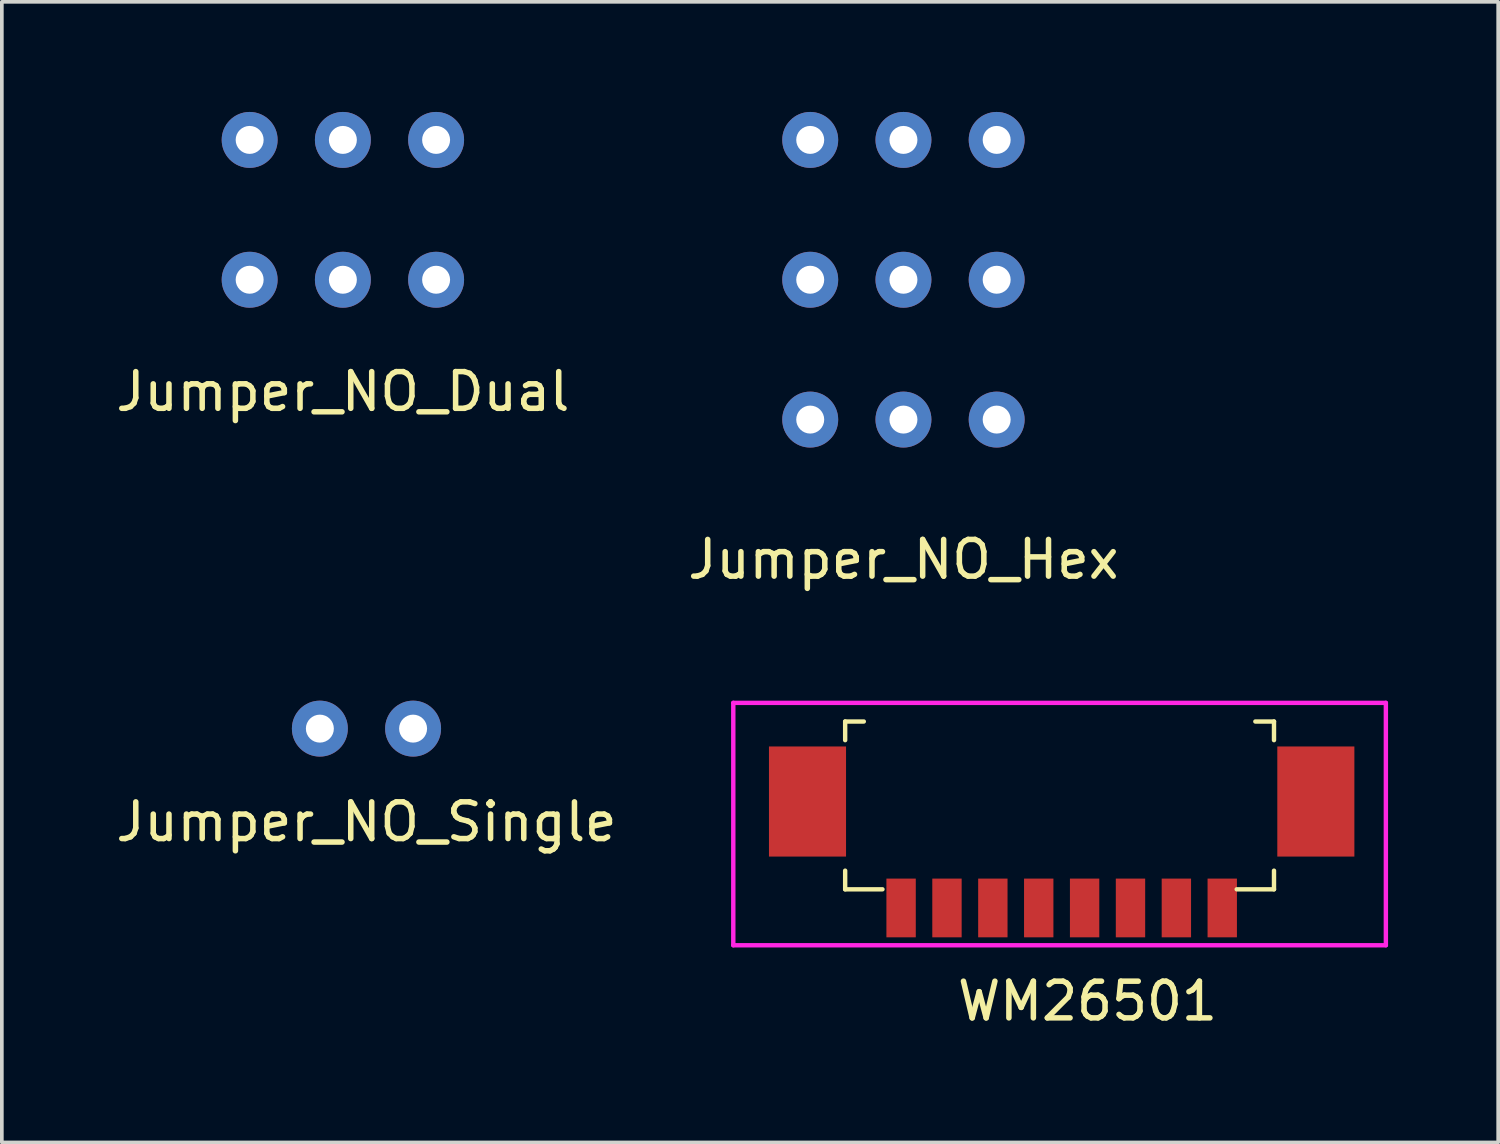
<source format=kicad_pcb>
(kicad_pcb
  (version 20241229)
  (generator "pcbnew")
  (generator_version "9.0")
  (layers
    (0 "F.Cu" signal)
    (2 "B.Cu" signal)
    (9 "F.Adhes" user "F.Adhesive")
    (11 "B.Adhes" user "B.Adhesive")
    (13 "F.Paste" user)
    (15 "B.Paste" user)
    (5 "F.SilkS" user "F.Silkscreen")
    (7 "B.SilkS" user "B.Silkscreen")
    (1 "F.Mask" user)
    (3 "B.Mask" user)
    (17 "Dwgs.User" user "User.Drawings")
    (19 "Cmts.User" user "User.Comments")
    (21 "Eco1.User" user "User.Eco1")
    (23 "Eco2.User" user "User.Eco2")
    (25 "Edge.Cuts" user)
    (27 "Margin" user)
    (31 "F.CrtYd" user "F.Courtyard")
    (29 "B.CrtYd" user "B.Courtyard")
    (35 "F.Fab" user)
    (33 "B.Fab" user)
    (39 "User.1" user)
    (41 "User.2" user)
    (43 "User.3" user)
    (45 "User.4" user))
  (footprint "Jumper_NO_Hex"
    (layer "F.Cu")
    (at 21.565 4.572)
    (property "Reference" "Jumper_NO_Hex" (at 0 7.62 0) (layer "F.SilkS") (effects (font (size 1 1) (thickness 0.15))))
    (attr through_hole)
    (pad "1" thru_hole circle (at -2.54 -3.81) (size 1.524 1.524) (drill 0.762) (layers "*.Cu" "*.Mask"))
    (pad "2" thru_hole circle (at 0 -3.81) (size 1.524 1.524) (drill 0.762) (layers "*.Cu" "*.Mask"))
    (pad "3" thru_hole circle (at 2.54 -3.81) (size 1.524 1.524) (drill 0.762) (layers "*.Cu" "*.Mask"))
    (pad "4" thru_hole circle (at -2.54 0) (size 1.524 1.524) (drill 0.762) (layers "*.Cu" "*.Mask"))
    (pad "5" thru_hole circle (at 0 0) (size 1.524 1.524) (drill 0.762) (layers "*.Cu" "*.Mask"))
    (pad "6" thru_hole circle (at 2.54 0) (size 1.524 1.524) (drill 0.762) (layers "*.Cu" "*.Mask"))
    (pad "7" thru_hole circle (at -2.54 3.81) (size 1.524 1.524) (drill 0.762) (layers "*.Cu" "*.Mask"))
    (pad "8" thru_hole circle (at 0 3.81) (size 1.524 1.524) (drill 0.762) (layers "*.Cu" "*.Mask"))
    (pad "9" thru_hole circle (at 2.54 3.81) (size 1.524 1.524) (drill 0.762) (layers "*.Cu" "*.Mask")))
  (footprint "Jumper_NO_Single"
    (layer "F.Cu")
    (at 6.935 16.802)
    (property "Reference" "Jumper_NO_Single" (at 0 2.54 0) (layer "F.SilkS") (effects (font (size 1 1) (thickness 0.15))))
    (attr through_hole)
    (pad "1" thru_hole circle (at -1.27 0) (size 1.524 1.524) (drill 0.762) (layers "*.Cu" "*.Mask"))
    (pad "2" thru_hole circle (at 1.27 0) (size 1.524 1.524) (drill 0.762) (layers "*.Cu" "*.Mask")))
  (footprint "Jumper_NO_Dual"
    (layer "F.Cu")
    (at 6.292 2.032)
    (property "Reference" "Jumper_NO_Dual" (at 0 5.588 0) (layer "F.SilkS") (effects (font (size 1 1) (thickness 0.15))))
    (attr through_hole)
    (pad "1" thru_hole circle (at -2.54 -1.27) (size 1.524 1.524) (drill 0.762) (layers "*.Cu" "*.Mask"))
    (pad "2" thru_hole circle (at 0 -1.27) (size 1.524 1.524) (drill 0.762) (layers "*.Cu" "*.Mask"))
    (pad "3" thru_hole circle (at 2.54 -1.27) (size 1.524 1.524) (drill 0.762) (layers "*.Cu" "*.Mask"))
    (pad "4" thru_hole circle (at -2.54 2.54) (size 1.524 1.524) (drill 0.762) (layers "*.Cu" "*.Mask"))
    (pad "5" thru_hole circle (at 0 2.54) (size 1.524 1.524) (drill 0.762) (layers "*.Cu" "*.Mask"))
    (pad "6" thru_hole circle (at 2.54 2.54) (size 1.524 1.524) (drill 0.762) (layers "*.Cu" "*.Mask")))
  (footprint "WM26501"
    (layer "F.Cu")
    (at 26.073 18.64)
    (property "Reference" "WM26501" (at 0.508 5.588 0) (layer "F.SilkS") (effects (font (size 1 1) (thickness 0.15))))
    (attr through_hole)
    (fp_line (start -6.096 -2.032) (end -5.588 -2.032) (stroke (width 0.12) (type solid)) (layer "F.SilkS"))
    (fp_line (start -6.096 -1.524) (end -6.096 -2.032) (stroke (width 0.12) (type solid)) (layer "F.SilkS"))
    (fp_line (start -6.096 2.54) (end -6.096 2.032) (stroke (width 0.12) (type solid)) (layer "F.SilkS"))
    (fp_line (start -6.096 2.54) (end -5.08 2.54) (stroke (width 0.12) (type solid)) (layer "F.SilkS"))
    (fp_line (start 5.08 -2.032) (end 5.588 -2.032) (stroke (width 0.12) (type solid)) (layer "F.SilkS"))
    (fp_line (start 5.588 -2.032) (end 5.588 -1.524) (stroke (width 0.12) (type solid)) (layer "F.SilkS"))
    (fp_line (start 5.588 2.032) (end 5.588 2.54) (stroke (width 0.12) (type solid)) (layer "F.SilkS"))
    (fp_line (start 5.588 2.54) (end 4.572 2.54) (stroke (width 0.12) (type solid)) (layer "F.SilkS"))
    (fp_line (start -9.144 -2.54) (end 8.636 -2.54) (stroke (width 0.12) (type solid)) (layer "F.CrtYd"))
    (fp_line (start -9.144 4.064) (end -9.144 -2.54) (stroke (width 0.12) (type solid)) (layer "F.CrtYd"))
    (fp_line (start 8.636 -2.54) (end 8.636 4.064) (stroke (width 0.12) (type solid)) (layer "F.CrtYd"))
    (fp_line (start 8.636 4.064) (end -9.144 4.064) (stroke (width 0.12) (type solid)) (layer "F.CrtYd"))
    (pad "1" smd rect (at -4.572 3.048) (size 0.8 1.6) (layers "F.Cu" "F.Mask" "F.Paste"))
    (pad "2" smd rect (at -3.322 3.048) (size 0.8 1.6) (layers "F.Cu" "F.Mask" "F.Paste"))
    (pad "3" smd rect (at -2.072 3.048) (size 0.8 1.6) (layers "F.Cu" "F.Mask" "F.Paste"))
    (pad "4" smd rect (at -0.822 3.048) (size 0.8 1.6) (layers "F.Cu" "F.Mask" "F.Paste"))
    (pad "5" smd rect (at 0.428 3.048) (size 0.8 1.6) (layers "F.Cu" "F.Mask" "F.Paste"))
    (pad "6" smd rect (at 1.678 3.048) (size 0.8 1.6) (layers "F.Cu" "F.Mask" "F.Paste"))
    (pad "7" smd rect (at 2.928 3.048) (size 0.8 1.6) (layers "F.Cu" "F.Mask" "F.Paste"))
    (pad "8" smd rect (at 4.178 3.048) (size 0.8 1.6) (layers "F.Cu" "F.Mask" "F.Paste"))
    (pad "9" smd rect (at -7.122 0.148) (size 2.1 3) (layers "F.Cu" "F.Mask" "F.Paste"))
    (pad "9" smd rect (at 6.728 0.148) (size 2.1 3) (layers "F.Cu" "F.Mask" "F.Paste")))
  (gr_rect
    (start -3 -3)
    (end 37.769 28.076)
    (stroke (width 0.1) (type default))
    (fill no)
    (layer "Edge.Cuts")))
</source>
